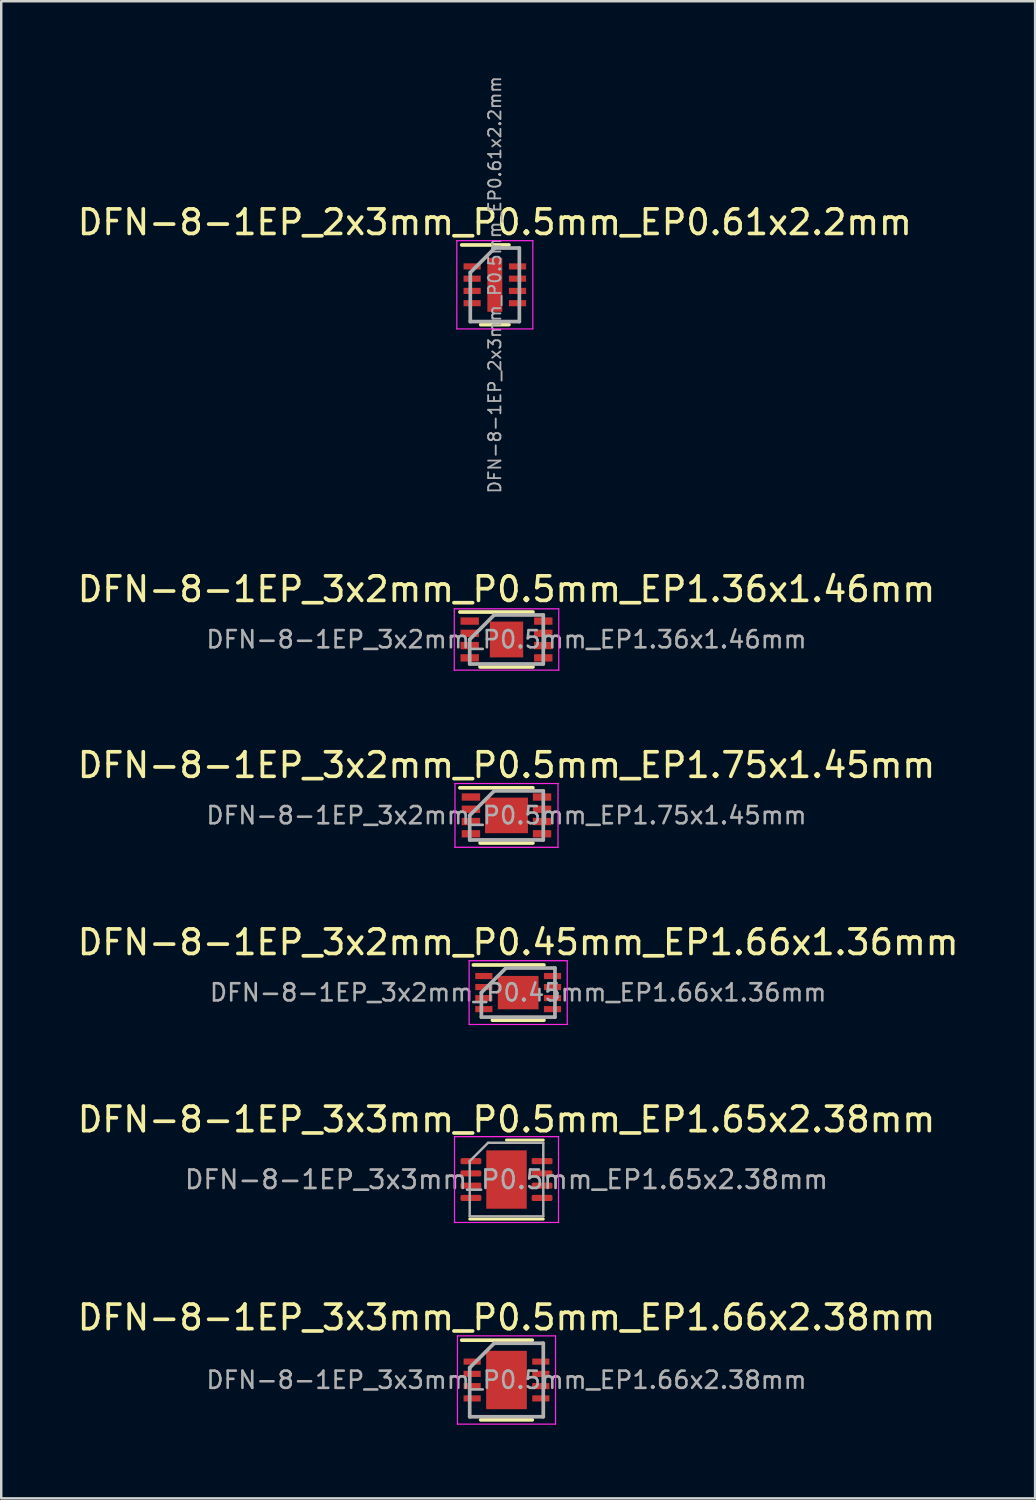
<source format=kicad_pcb>
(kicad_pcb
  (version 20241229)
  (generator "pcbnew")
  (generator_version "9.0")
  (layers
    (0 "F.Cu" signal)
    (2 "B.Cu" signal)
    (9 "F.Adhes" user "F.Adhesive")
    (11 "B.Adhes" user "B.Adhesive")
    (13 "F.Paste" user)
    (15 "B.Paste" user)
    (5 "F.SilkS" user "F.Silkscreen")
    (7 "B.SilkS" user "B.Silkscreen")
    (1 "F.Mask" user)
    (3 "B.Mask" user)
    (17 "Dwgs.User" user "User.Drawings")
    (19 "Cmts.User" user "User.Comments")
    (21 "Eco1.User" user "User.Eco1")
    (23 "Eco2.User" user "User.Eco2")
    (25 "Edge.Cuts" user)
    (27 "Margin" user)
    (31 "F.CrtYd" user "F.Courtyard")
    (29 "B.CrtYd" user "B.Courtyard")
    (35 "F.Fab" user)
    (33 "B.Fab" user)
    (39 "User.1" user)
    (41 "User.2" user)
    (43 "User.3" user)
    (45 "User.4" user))
  (footprint "DFN-8-1EP_3x2mm_P0.5mm_EP1.36x1.46mm"
    (layer "F.Cu")
    (at 17.601 23.023)
    (property "Reference" "DFN-8-1EP_3x2mm_P0.5mm_EP1.36x1.46mm" (at 0 -2.05 0) (layer "F.SilkS") (effects (font (size 1 1) (thickness 0.15))))
    (attr smd)
    (fp_line (start -1.9 -1.12) (end 1.08 -1.12) (stroke (width 0.15) (type solid)) (layer "F.SilkS"))
    (fp_line (start -1.08 1.12) (end 1.08 1.12) (stroke (width 0.15) (type solid)) (layer "F.SilkS"))
    (fp_line (start -2.13 -1.25) (end -2.13 1.25) (stroke (width 0.05) (type solid)) (layer "F.CrtYd"))
    (fp_line (start -2.13 -1.25) (end 2.13 -1.25) (stroke (width 0.05) (type solid)) (layer "F.CrtYd"))
    (fp_line (start -2.13 1.25) (end 2.13 1.25) (stroke (width 0.05) (type solid)) (layer "F.CrtYd"))
    (fp_line (start 2.13 -1.25) (end 2.13 1.25) (stroke (width 0.05) (type solid)) (layer "F.CrtYd"))
    (fp_line (start -1.5 0) (end -0.5 -1) (stroke (width 0.15) (type solid)) (layer "F.Fab"))
    (fp_line (start -1.5 1) (end -1.5 0) (stroke (width 0.15) (type solid)) (layer "F.Fab"))
    (fp_line (start -0.5 -1) (end 1.5 -1) (stroke (width 0.15) (type solid)) (layer "F.Fab"))
    (fp_line (start 1.5 -1) (end 1.5 1) (stroke (width 0.15) (type solid)) (layer "F.Fab"))
    (fp_line (start 1.5 1) (end -1.5 1) (stroke (width 0.15) (type solid)) (layer "F.Fab"))
    (fp_text user "${REFERENCE}" (at 0 0 0) (layer "F.Fab") (effects (font (size 0.7 0.7) (thickness 0.105))))
    (pad "" smd rect (at -0.325 -0.375) (size 0.5 0.6) (layers "F.Paste"))
    (pad "" smd rect (at -0.325 0.375) (size 0.5 0.6) (layers "F.Paste"))
    (pad "" smd rect (at 0.325 -0.375) (size 0.5 0.6) (layers "F.Paste"))
    (pad "" smd rect (at 0.325 0.375) (size 0.5 0.6) (layers "F.Paste"))
    (pad "1" smd rect (at -1.5 -0.75) (size 0.75 0.3) (layers "F.Cu" "F.Mask" "F.Paste"))
    (pad "2" smd rect (at -1.5 -0.25) (size 0.75 0.3) (layers "F.Cu" "F.Mask" "F.Paste"))
    (pad "3" smd rect (at -1.5 0.25) (size 0.75 0.3) (layers "F.Cu" "F.Mask" "F.Paste"))
    (pad "4" smd rect (at -1.5 0.75) (size 0.75 0.3) (layers "F.Cu" "F.Mask" "F.Paste"))
    (pad "5" smd rect (at 1.5 0.75) (size 0.75 0.3) (layers "F.Cu" "F.Mask" "F.Paste"))
    (pad "6" smd rect (at 1.5 0.25) (size 0.75 0.3) (layers "F.Cu" "F.Mask" "F.Paste"))
    (pad "7" smd rect (at 1.5 -0.25) (size 0.75 0.3) (layers "F.Cu" "F.Mask" "F.Paste"))
    (pad "8" smd rect (at 1.5 -0.75) (size 0.75 0.3) (layers "F.Cu" "F.Mask" "F.Paste"))
    (pad "9" smd rect (at 0 0) (size 1.36 1.46) (layers "F.Cu" "F.Mask")))
  (footprint "DFN-8-1EP_3x3mm_P0.5mm_EP1.66x2.38mm"
    (layer "F.Cu")
    (at 17.601 53.216)
    (property "Reference" "DFN-8-1EP_3x3mm_P0.5mm_EP1.66x2.38mm" (at 0 -2.55 0) (layer "F.SilkS") (effects (font (size 1 1) (thickness 0.15))))
    (attr smd)
    (fp_line (start -1.825 -1.625) (end 1.05 -1.625) (stroke (width 0.15) (type solid)) (layer "F.SilkS"))
    (fp_line (start -1.05 1.625) (end 1.05 1.625) (stroke (width 0.15) (type solid)) (layer "F.SilkS"))
    (fp_line (start -2 -1.8) (end -2 1.8) (stroke (width 0.05) (type solid)) (layer "F.CrtYd"))
    (fp_line (start -2 -1.8) (end 2 -1.8) (stroke (width 0.05) (type solid)) (layer "F.CrtYd"))
    (fp_line (start -2 1.8) (end 2 1.8) (stroke (width 0.05) (type solid)) (layer "F.CrtYd"))
    (fp_line (start 2 -1.8) (end 2 1.8) (stroke (width 0.05) (type solid)) (layer "F.CrtYd"))
    (fp_line (start -1.5 -0.5) (end -0.5 -1.5) (stroke (width 0.15) (type solid)) (layer "F.Fab"))
    (fp_line (start -1.5 1.5) (end -1.5 -0.5) (stroke (width 0.15) (type solid)) (layer "F.Fab"))
    (fp_line (start -0.5 -1.5) (end 1.5 -1.5) (stroke (width 0.15) (type solid)) (layer "F.Fab"))
    (fp_line (start 1.5 -1.5) (end 1.5 1.5) (stroke (width 0.15) (type solid)) (layer "F.Fab"))
    (fp_line (start 1.5 1.5) (end -1.5 1.5) (stroke (width 0.15) (type solid)) (layer "F.Fab"))
    (fp_text user "${REFERENCE}" (at 0 0 0) (layer "F.Fab") (effects (font (size 0.7 0.7) (thickness 0.105))))
    (pad "" smd rect (at -0.415 -0.595) (size 0.64 1) (layers "B.Paste"))
    (pad "" smd rect (at -0.415 0.595) (size 0.64 1) (layers "B.Paste"))
    (pad "" smd rect (at 0.415 -0.595) (size 0.64 1) (layers "B.Paste"))
    (pad "" smd rect (at 0.415 0.595) (size 0.64 1) (layers "B.Paste"))
    (pad "1" smd rect (at -1.4 -0.75) (size 0.7 0.25) (layers "F.Cu" "F.Mask" "F.Paste"))
    (pad "2" smd rect (at -1.4 -0.25) (size 0.7 0.25) (layers "F.Cu" "F.Mask" "F.Paste"))
    (pad "3" smd rect (at -1.4 0.25) (size 0.7 0.25) (layers "F.Cu" "F.Mask" "F.Paste"))
    (pad "4" smd rect (at -1.4 0.75) (size 0.7 0.25) (layers "F.Cu" "F.Mask" "F.Paste"))
    (pad "5" smd rect (at 1.4 0.75) (size 0.7 0.25) (layers "F.Cu" "F.Mask" "F.Paste"))
    (pad "6" smd rect (at 1.4 0.25) (size 0.7 0.25) (layers "F.Cu" "F.Mask" "F.Paste"))
    (pad "7" smd rect (at 1.4 -0.25) (size 0.7 0.25) (layers "F.Cu" "F.Mask" "F.Paste"))
    (pad "8" smd rect (at 1.4 -0.75) (size 0.7 0.25) (layers "F.Cu" "F.Mask" "F.Paste"))
    (pad "9" smd rect (at 0 0) (size 1.66 2.38) (layers "F.Cu" "F.Mask" "F.Paste")))
  (footprint "DFN-8-1EP_2x3mm_P0.5mm_EP0.61x2.2mm"
    (layer "F.Cu")
    (at 17.125 8.562)
    (property "Reference" "DFN-8-1EP_2x3mm_P0.5mm_EP0.61x2.2mm" (at 0 -2.55 0) (layer "F.SilkS") (effects (font (size 1 1) (thickness 0.15))))
    (attr smd)
    (fp_line (start -1.35 -1.625) (end 0.575 -1.625) (stroke (width 0.15) (type solid)) (layer "F.SilkS"))
    (fp_line (start -0.575 1.625) (end 0.575 1.625) (stroke (width 0.15) (type solid)) (layer "F.SilkS"))
    (fp_line (start -1.55 -1.8) (end -1.55 1.8) (stroke (width 0.05) (type solid)) (layer "F.CrtYd"))
    (fp_line (start -1.55 -1.8) (end 1.55 -1.8) (stroke (width 0.05) (type solid)) (layer "F.CrtYd"))
    (fp_line (start -1.55 1.8) (end 1.55 1.8) (stroke (width 0.05) (type solid)) (layer "F.CrtYd"))
    (fp_line (start 1.55 -1.8) (end 1.55 1.8) (stroke (width 0.05) (type solid)) (layer "F.CrtYd"))
    (fp_line (start -1 -0.5) (end 0 -1.5) (stroke (width 0.15) (type solid)) (layer "F.Fab"))
    (fp_line (start -1 1.5) (end -1 -0.5) (stroke (width 0.15) (type solid)) (layer "F.Fab"))
    (fp_line (start 0 -1.5) (end 1 -1.5) (stroke (width 0.15) (type solid)) (layer "F.Fab"))
    (fp_line (start 1 -1.5) (end 1 1.5) (stroke (width 0.15) (type solid)) (layer "F.Fab"))
    (fp_line (start 1 1.5) (end -1 1.5) (stroke (width 0.15) (type solid)) (layer "F.Fab"))
    (fp_text user "${REFERENCE}" (at 0 0 90) (layer "F.Fab") (effects (font (size 0.5 0.5) (thickness 0.075))))
    (pad "" smd rect (at 0 -0.734) (size 0.5 0.59) (layers "F.Paste"))
    (pad "" smd rect (at 0 0) (size 0.5 0.59) (layers "F.Paste"))
    (pad "" smd rect (at 0 0.734) (size 0.5 0.59) (layers "F.Paste"))
    (pad "1" smd rect (at -0.925 -0.75) (size 0.7 0.25) (layers "F.Cu" "F.Mask" "F.Paste"))
    (pad "2" smd rect (at -0.925 -0.25) (size 0.7 0.25) (layers "F.Cu" "F.Mask" "F.Paste"))
    (pad "3" smd rect (at -0.925 0.25) (size 0.7 0.25) (layers "F.Cu" "F.Mask" "F.Paste"))
    (pad "4" smd rect (at -0.925 0.75) (size 0.7 0.25) (layers "F.Cu" "F.Mask" "F.Paste"))
    (pad "5" smd rect (at 0.925 0.75) (size 0.7 0.25) (layers "F.Cu" "F.Mask" "F.Paste"))
    (pad "6" smd rect (at 0.925 0.25) (size 0.7 0.25) (layers "F.Cu" "F.Mask" "F.Paste"))
    (pad "7" smd rect (at 0.925 -0.25) (size 0.7 0.25) (layers "F.Cu" "F.Mask" "F.Paste"))
    (pad "8" smd rect (at 0.925 -0.75) (size 0.7 0.25) (layers "F.Cu" "F.Mask" "F.Paste"))
    (pad "9" smd rect (at 0 0) (size 0.61 2.2) (layers "F.Cu" "F.Mask")))
  (footprint "DFN-8-1EP_3x2mm_P0.45mm_EP1.66x1.36mm"
    (layer "F.Cu")
    (at 18.077 37.42)
    (property "Reference" "DFN-8-1EP_3x2mm_P0.45mm_EP1.66x1.36mm" (at 0 -2.05 0) (layer "F.SilkS") (effects (font (size 1 1) (thickness 0.15))))
    (attr smd)
    (fp_line (start -1.825 -1.125) (end 1.05 -1.125) (stroke (width 0.15) (type solid)) (layer "F.SilkS"))
    (fp_line (start -1.05 1.125) (end 1.05 1.125) (stroke (width 0.15) (type solid)) (layer "F.SilkS"))
    (fp_line (start -2 -1.3) (end -2 1.3) (stroke (width 0.05) (type solid)) (layer "F.CrtYd"))
    (fp_line (start -2 -1.3) (end 2 -1.3) (stroke (width 0.05) (type solid)) (layer "F.CrtYd"))
    (fp_line (start -2 1.3) (end 2 1.3) (stroke (width 0.05) (type solid)) (layer "F.CrtYd"))
    (fp_line (start 2 -1.3) (end 2 1.3) (stroke (width 0.05) (type solid)) (layer "F.CrtYd"))
    (fp_line (start -1.5 0) (end -0.5 -1) (stroke (width 0.15) (type solid)) (layer "F.Fab"))
    (fp_line (start -1.5 1) (end -1.5 0) (stroke (width 0.15) (type solid)) (layer "F.Fab"))
    (fp_line (start -0.5 -1) (end 1.5 -1) (stroke (width 0.15) (type solid)) (layer "F.Fab"))
    (fp_line (start 1.5 -1) (end 1.5 1) (stroke (width 0.15) (type solid)) (layer "F.Fab"))
    (fp_line (start 1.5 1) (end -1.5 1) (stroke (width 0.15) (type solid)) (layer "F.Fab"))
    (fp_text user "${REFERENCE}" (at 0 0 0) (layer "F.Fab") (effects (font (size 0.7 0.7) (thickness 0.105))))
    (pad "" smd rect (at -0.415 -0.34) (size 0.66 0.55) (layers "F.Paste"))
    (pad "" smd rect (at -0.415 0.34) (size 0.66 0.55) (layers "F.Paste"))
    (pad "" smd rect (at 0.415 -0.34) (size 0.66 0.55) (layers "F.Paste"))
    (pad "" smd rect (at 0.415 0.34) (size 0.66 0.55) (layers "F.Paste"))
    (pad "1" smd rect (at -1.4 -0.675) (size 0.7 0.25) (layers "F.Cu" "F.Mask" "F.Paste"))
    (pad "2" smd rect (at -1.4 -0.225) (size 0.7 0.25) (layers "F.Cu" "F.Mask" "F.Paste"))
    (pad "3" smd rect (at -1.4 0.225) (size 0.7 0.25) (layers "F.Cu" "F.Mask" "F.Paste"))
    (pad "4" smd rect (at -1.4 0.675) (size 0.7 0.25) (layers "F.Cu" "F.Mask" "F.Paste"))
    (pad "5" smd rect (at 1.4 0.675) (size 0.7 0.25) (layers "F.Cu" "F.Mask" "F.Paste"))
    (pad "6" smd rect (at 1.4 0.225) (size 0.7 0.25) (layers "F.Cu" "F.Mask" "F.Paste"))
    (pad "7" smd rect (at 1.4 -0.225) (size 0.7 0.25) (layers "F.Cu" "F.Mask" "F.Paste"))
    (pad "8" smd rect (at 1.4 -0.675) (size 0.7 0.25) (layers "F.Cu" "F.Mask" "F.Paste"))
    (pad "9" smd rect (at 0 0) (size 1.66 1.36) (layers "F.Cu" "F.Mask")))
  (footprint "DFN-8-1EP_3x3mm_P0.5mm_EP1.65x2.38mm"
    (layer "F.Cu")
    (at 17.601 45.043)
    (property "Reference" "DFN-8-1EP_3x3mm_P0.5mm_EP1.65x2.38mm" (at 0 -2.45 0) (layer "F.SilkS") (effects (font (size 1 1) (thickness 0.15))))
    (attr smd)
    (fp_line (start -1.5 1.61) (end 1.5 1.61) (stroke (width 0.12) (type solid)) (layer "F.SilkS"))
    (fp_line (start 0 -1.61) (end 1.5 -1.61) (stroke (width 0.12) (type solid)) (layer "F.SilkS"))
    (fp_line (start -2.12 -1.75) (end -2.12 1.75) (stroke (width 0.05) (type solid)) (layer "F.CrtYd"))
    (fp_line (start -2.12 1.75) (end 2.12 1.75) (stroke (width 0.05) (type solid)) (layer "F.CrtYd"))
    (fp_line (start 2.12 -1.75) (end -2.12 -1.75) (stroke (width 0.05) (type solid)) (layer "F.CrtYd"))
    (fp_line (start 2.12 1.75) (end 2.12 -1.75) (stroke (width 0.05) (type solid)) (layer "F.CrtYd"))
    (fp_line (start -1.5 -0.75) (end -0.75 -1.5) (stroke (width 0.1) (type solid)) (layer "F.Fab"))
    (fp_line (start -1.5 1.5) (end -1.5 -0.75) (stroke (width 0.1) (type solid)) (layer "F.Fab"))
    (fp_line (start -0.75 -1.5) (end 1.5 -1.5) (stroke (width 0.1) (type solid)) (layer "F.Fab"))
    (fp_line (start 1.5 -1.5) (end 1.5 1.5) (stroke (width 0.1) (type solid)) (layer "F.Fab"))
    (fp_line (start 1.5 1.5) (end -1.5 1.5) (stroke (width 0.1) (type solid)) (layer "F.Fab"))
    (fp_text user "${REFERENCE}" (at 0 0 0) (layer "F.Fab") (effects (font (size 0.75 0.75) (thickness 0.11))))
    (pad "" smd roundrect (at 0 0) (size 1.33 1.92) (layers "F.Paste") (roundrect_rratio 0.188))
    (pad "1" smd roundrect (at -1.45 -0.75) (size 0.85 0.25) (layers "F.Cu" "F.Mask" "F.Paste") (roundrect_rratio 0.25))
    (pad "2" smd roundrect (at -1.45 -0.25) (size 0.85 0.25) (layers "F.Cu" "F.Mask" "F.Paste") (roundrect_rratio 0.25))
    (pad "3" smd roundrect (at -1.45 0.25) (size 0.85 0.25) (layers "F.Cu" "F.Mask" "F.Paste") (roundrect_rratio 0.25))
    (pad "4" smd roundrect (at -1.45 0.75) (size 0.85 0.25) (layers "F.Cu" "F.Mask" "F.Paste") (roundrect_rratio 0.25))
    (pad "5" smd roundrect (at 1.45 0.75) (size 0.85 0.25) (layers "F.Cu" "F.Mask" "F.Paste") (roundrect_rratio 0.25))
    (pad "6" smd roundrect (at 1.45 0.25) (size 0.85 0.25) (layers "F.Cu" "F.Mask" "F.Paste") (roundrect_rratio 0.25))
    (pad "7" smd roundrect (at 1.45 -0.25) (size 0.85 0.25) (layers "F.Cu" "F.Mask" "F.Paste") (roundrect_rratio 0.25))
    (pad "8" smd roundrect (at 1.45 -0.75) (size 0.85 0.25) (layers "F.Cu" "F.Mask" "F.Paste") (roundrect_rratio 0.25))
    (pad "9" smd rect (at 0 0) (size 1.65 2.38) (layers "F.Cu" "F.Mask")))
  (footprint "DFN-8-1EP_3x2mm_P0.5mm_EP1.75x1.45mm"
    (layer "F.Cu")
    (at 17.601 30.196)
    (property "Reference" "DFN-8-1EP_3x2mm_P0.5mm_EP1.75x1.45mm" (at 0 -2.05 0) (layer "F.SilkS") (effects (font (size 1 1) (thickness 0.15))))
    (attr smd)
    (fp_line (start -1.9 -1.125) (end 1.075 -1.125) (stroke (width 0.15) (type solid)) (layer "F.SilkS"))
    (fp_line (start -1.075 1.125) (end 1.075 1.125) (stroke (width 0.15) (type solid)) (layer "F.SilkS"))
    (fp_line (start -2.1 -1.3) (end -2.1 1.3) (stroke (width 0.05) (type solid)) (layer "F.CrtYd"))
    (fp_line (start -2.1 -1.3) (end 2.1 -1.3) (stroke (width 0.05) (type solid)) (layer "F.CrtYd"))
    (fp_line (start -2.1 1.3) (end 2.1 1.3) (stroke (width 0.05) (type solid)) (layer "F.CrtYd"))
    (fp_line (start 2.1 -1.3) (end 2.1 1.3) (stroke (width 0.05) (type solid)) (layer "F.CrtYd"))
    (fp_line (start -1.5 0) (end -0.5 -1) (stroke (width 0.15) (type solid)) (layer "F.Fab"))
    (fp_line (start -1.5 1) (end -1.5 0) (stroke (width 0.15) (type solid)) (layer "F.Fab"))
    (fp_line (start -0.5 -1) (end 1.5 -1) (stroke (width 0.15) (type solid)) (layer "F.Fab"))
    (fp_line (start 1.5 -1) (end 1.5 1) (stroke (width 0.15) (type solid)) (layer "F.Fab"))
    (fp_line (start 1.5 1) (end -1.5 1) (stroke (width 0.15) (type solid)) (layer "F.Fab"))
    (fp_text user "${REFERENCE}" (at 0 0 0) (layer "F.Fab") (effects (font (size 0.7 0.7) (thickness 0.105))))
    (pad "" smd rect (at -0.438 -0.362) (size 0.71 0.58) (layers "F.Paste"))
    (pad "" smd rect (at -0.438 0.362) (size 0.71 0.58) (layers "F.Paste"))
    (pad "" smd rect (at 0.438 -0.362) (size 0.71 0.58) (layers "F.Paste"))
    (pad "" smd rect (at 0.438 0.362) (size 0.71 0.58) (layers "F.Paste"))
    (pad "1" smd rect (at -1.45 -0.75) (size 0.75 0.3) (layers "F.Cu" "F.Mask" "F.Paste"))
    (pad "2" smd rect (at -1.45 -0.25) (size 0.75 0.3) (layers "F.Cu" "F.Mask" "F.Paste"))
    (pad "3" smd rect (at -1.45 0.25) (size 0.75 0.3) (layers "F.Cu" "F.Mask" "F.Paste"))
    (pad "4" smd rect (at -1.45 0.75) (size 0.75 0.3) (layers "F.Cu" "F.Mask" "F.Paste"))
    (pad "5" smd rect (at 1.45 0.75) (size 0.75 0.3) (layers "F.Cu" "F.Mask" "F.Paste"))
    (pad "6" smd rect (at 1.45 0.25) (size 0.75 0.3) (layers "F.Cu" "F.Mask" "F.Paste"))
    (pad "7" smd rect (at 1.45 -0.25) (size 0.75 0.3) (layers "F.Cu" "F.Mask" "F.Paste"))
    (pad "8" smd rect (at 1.45 -0.75) (size 0.75 0.3) (layers "F.Cu" "F.Mask" "F.Paste"))
    (pad "9" smd rect (at 0 0) (size 1.75 1.45) (layers "F.Cu" "F.Mask")))
  (gr_rect
    (start -3 -3)
    (end 39.155 58.041)
    (stroke (width 0.1) (type default))
    (fill no)
    (layer "Edge.Cuts")))
</source>
